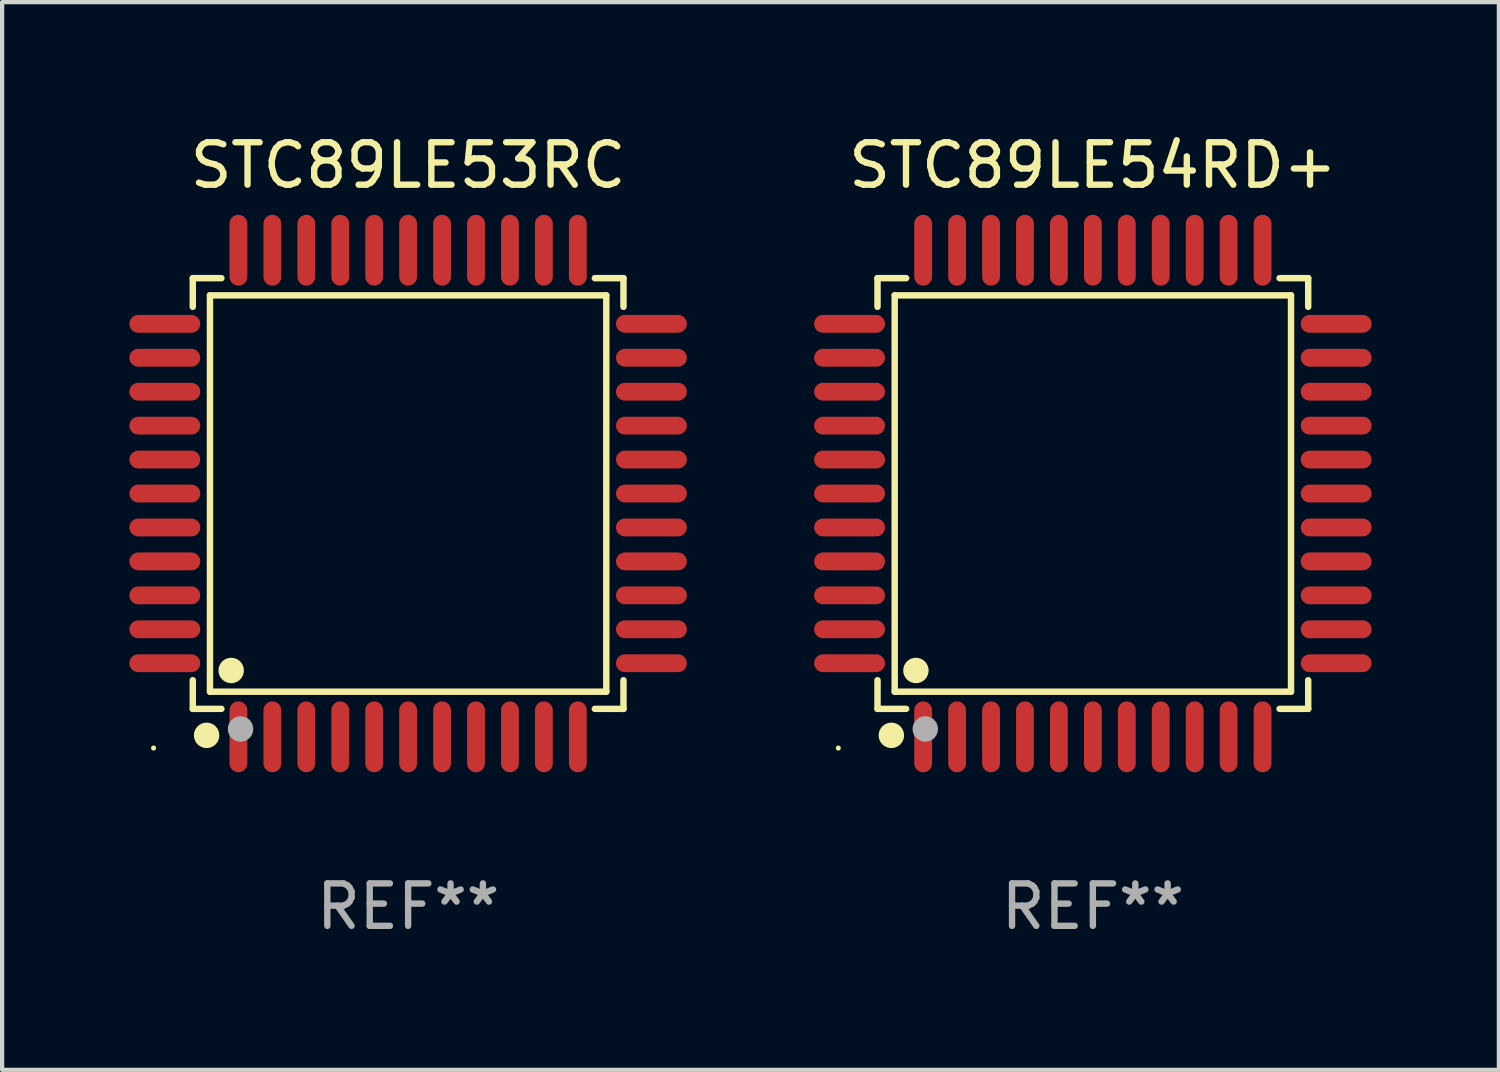
<source format=kicad_pcb>
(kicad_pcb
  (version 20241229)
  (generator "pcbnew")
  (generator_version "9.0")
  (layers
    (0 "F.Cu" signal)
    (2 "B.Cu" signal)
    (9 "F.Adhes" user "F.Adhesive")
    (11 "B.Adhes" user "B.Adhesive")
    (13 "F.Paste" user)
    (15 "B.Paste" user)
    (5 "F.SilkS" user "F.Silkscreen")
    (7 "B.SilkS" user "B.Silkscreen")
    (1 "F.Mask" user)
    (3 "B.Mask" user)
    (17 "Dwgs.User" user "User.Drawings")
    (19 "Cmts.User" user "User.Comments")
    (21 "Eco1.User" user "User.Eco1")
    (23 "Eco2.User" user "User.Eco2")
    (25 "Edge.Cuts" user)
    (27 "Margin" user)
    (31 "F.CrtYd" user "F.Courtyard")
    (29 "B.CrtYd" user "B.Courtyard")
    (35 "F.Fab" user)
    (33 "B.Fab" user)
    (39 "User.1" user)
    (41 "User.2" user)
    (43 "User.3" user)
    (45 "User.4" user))
  (footprint "STC89LE54RD+"
    (layer "F.Cu")
    (at 22.71 8.583)
    (property "Reference" "STC89LE54RD+" (at 0 -7.735 0) (layer "F.SilkS") (effects (font (size 1 1) (thickness 0.15))))
    (attr through_hole)
    (fp_line (start -5.076 -5.076) (end -4.401 -5.076) (stroke (width 0.152) (type solid)) (layer "F.SilkS"))
    (fp_line (start -5.076 -4.401) (end -5.076 -5.076) (stroke (width 0.152) (type solid)) (layer "F.SilkS"))
    (fp_line (start -5.076 4.401) (end -5.076 5.076) (stroke (width 0.152) (type solid)) (layer "F.SilkS"))
    (fp_line (start -5.076 5.076) (end -4.401 5.076) (stroke (width 0.152) (type solid)) (layer "F.SilkS"))
    (fp_line (start -4.671 -4.671) (end 4.671 -4.671) (stroke (width 0.152) (type solid)) (layer "F.SilkS"))
    (fp_line (start -4.671 4.671) (end -4.671 -4.671) (stroke (width 0.152) (type solid)) (layer "F.SilkS"))
    (fp_line (start 4.671 -4.671) (end 4.671 4.671) (stroke (width 0.152) (type solid)) (layer "F.SilkS"))
    (fp_line (start 4.671 4.671) (end -4.671 4.671) (stroke (width 0.152) (type solid)) (layer "F.SilkS"))
    (fp_line (start 5.076 -5.076) (end 4.401 -5.076) (stroke (width 0.152) (type solid)) (layer "F.SilkS"))
    (fp_line (start 5.076 -4.401) (end 5.076 -5.076) (stroke (width 0.152) (type solid)) (layer "F.SilkS"))
    (fp_line (start 5.076 4.401) (end 5.076 5.076) (stroke (width 0.152) (type solid)) (layer "F.SilkS"))
    (fp_line (start 5.076 5.076) (end 4.401 5.076) (stroke (width 0.152) (type solid)) (layer "F.SilkS"))
    (fp_circle (center -6 6) (end -5.97 6) (stroke (width 0.06) (type solid)) (fill no) (layer "F.SilkS"))
    (fp_circle (center -4.75 5.7) (end -4.6 5.7) (stroke (width 0.3) (type solid)) (fill no) (layer "F.SilkS"))
    (fp_circle (center -4.171 4.171) (end -4.021 4.171) (stroke (width 0.3) (type solid)) (fill no) (layer "F.SilkS"))
    (fp_circle (center -3.95 5.55) (end -3.8 5.55) (stroke (width 0.3) (type solid)) (fill no) (layer "F.Fab"))
    (fp_text user "REF**" (at 0 9.735 0) (layer "F.Fab") (effects (font (size 1 1) (thickness 0.15))))
    (pad "1" smd oval (at -4 5.735) (size 0.42 1.67) (layers "F.Cu" "F.Mask" "F.Paste"))
    (pad "2" smd oval (at -3.2 5.735) (size 0.42 1.67) (layers "F.Cu" "F.Mask" "F.Paste"))
    (pad "3" smd oval (at -2.4 5.735) (size 0.42 1.67) (layers "F.Cu" "F.Mask" "F.Paste"))
    (pad "4" smd oval (at -1.6 5.735) (size 0.42 1.67) (layers "F.Cu" "F.Mask" "F.Paste"))
    (pad "5" smd oval (at -0.8 5.735) (size 0.42 1.67) (layers "F.Cu" "F.Mask" "F.Paste"))
    (pad "6" smd oval (at 0 5.735) (size 0.42 1.67) (layers "F.Cu" "F.Mask" "F.Paste"))
    (pad "7" smd oval (at 0.8 5.735) (size 0.42 1.67) (layers "F.Cu" "F.Mask" "F.Paste"))
    (pad "8" smd oval (at 1.6 5.735) (size 0.42 1.67) (layers "F.Cu" "F.Mask" "F.Paste"))
    (pad "9" smd oval (at 2.4 5.735) (size 0.42 1.67) (layers "F.Cu" "F.Mask" "F.Paste"))
    (pad "10" smd oval (at 3.2 5.735) (size 0.42 1.67) (layers "F.Cu" "F.Mask" "F.Paste"))
    (pad "11" smd oval (at 4 5.735) (size 0.42 1.67) (layers "F.Cu" "F.Mask" "F.Paste"))
    (pad "12" smd oval (at 5.735 4) (size 1.67 0.42) (layers "F.Cu" "F.Mask" "F.Paste"))
    (pad "13" smd oval (at 5.735 3.2) (size 1.67 0.42) (layers "F.Cu" "F.Mask" "F.Paste"))
    (pad "14" smd oval (at 5.735 2.4) (size 1.67 0.42) (layers "F.Cu" "F.Mask" "F.Paste"))
    (pad "15" smd oval (at 5.735 1.6) (size 1.67 0.42) (layers "F.Cu" "F.Mask" "F.Paste"))
    (pad "16" smd oval (at 5.735 0.8) (size 1.67 0.42) (layers "F.Cu" "F.Mask" "F.Paste"))
    (pad "17" smd oval (at 5.735 0) (size 1.67 0.42) (layers "F.Cu" "F.Mask" "F.Paste"))
    (pad "18" smd oval (at 5.735 -0.8) (size 1.67 0.42) (layers "F.Cu" "F.Mask" "F.Paste"))
    (pad "19" smd oval (at 5.735 -1.6) (size 1.67 0.42) (layers "F.Cu" "F.Mask" "F.Paste"))
    (pad "20" smd oval (at 5.735 -2.4) (size 1.67 0.42) (layers "F.Cu" "F.Mask" "F.Paste"))
    (pad "21" smd oval (at 5.735 -3.2) (size 1.67 0.42) (layers "F.Cu" "F.Mask" "F.Paste"))
    (pad "22" smd oval (at 5.735 -4) (size 1.67 0.42) (layers "F.Cu" "F.Mask" "F.Paste"))
    (pad "23" smd oval (at 4 -5.735) (size 0.42 1.67) (layers "F.Cu" "F.Mask" "F.Paste"))
    (pad "24" smd oval (at 3.2 -5.735) (size 0.42 1.67) (layers "F.Cu" "F.Mask" "F.Paste"))
    (pad "25" smd oval (at 2.4 -5.735) (size 0.42 1.67) (layers "F.Cu" "F.Mask" "F.Paste"))
    (pad "26" smd oval (at 1.6 -5.735) (size 0.42 1.67) (layers "F.Cu" "F.Mask" "F.Paste"))
    (pad "27" smd oval (at 0.8 -5.735) (size 0.42 1.67) (layers "F.Cu" "F.Mask" "F.Paste"))
    (pad "28" smd oval (at 0 -5.735) (size 0.42 1.67) (layers "F.Cu" "F.Mask" "F.Paste"))
    (pad "29" smd oval (at -0.8 -5.735) (size 0.42 1.67) (layers "F.Cu" "F.Mask" "F.Paste"))
    (pad "30" smd oval (at -1.6 -5.735) (size 0.42 1.67) (layers "F.Cu" "F.Mask" "F.Paste"))
    (pad "31" smd oval (at -2.4 -5.735) (size 0.42 1.67) (layers "F.Cu" "F.Mask" "F.Paste"))
    (pad "32" smd oval (at -3.2 -5.735) (size 0.42 1.67) (layers "F.Cu" "F.Mask" "F.Paste"))
    (pad "33" smd oval (at -4 -5.735) (size 0.42 1.67) (layers "F.Cu" "F.Mask" "F.Paste"))
    (pad "34" smd oval (at -5.735 -4) (size 1.67 0.42) (layers "F.Cu" "F.Mask" "F.Paste"))
    (pad "35" smd oval (at -5.735 -3.2) (size 1.67 0.42) (layers "F.Cu" "F.Mask" "F.Paste"))
    (pad "36" smd oval (at -5.735 -2.4) (size 1.67 0.42) (layers "F.Cu" "F.Mask" "F.Paste"))
    (pad "37" smd oval (at -5.735 -1.6) (size 1.67 0.42) (layers "F.Cu" "F.Mask" "F.Paste"))
    (pad "38" smd oval (at -5.735 -0.8) (size 1.67 0.42) (layers "F.Cu" "F.Mask" "F.Paste"))
    (pad "39" smd oval (at -5.735 0) (size 1.67 0.42) (layers "F.Cu" "F.Mask" "F.Paste"))
    (pad "40" smd oval (at -5.735 0.8) (size 1.67 0.42) (layers "F.Cu" "F.Mask" "F.Paste"))
    (pad "41" smd oval (at -5.735 1.6) (size 1.67 0.42) (layers "F.Cu" "F.Mask" "F.Paste"))
    (pad "42" smd oval (at -5.735 2.4) (size 1.67 0.42) (layers "F.Cu" "F.Mask" "F.Paste"))
    (pad "43" smd oval (at -5.735 3.2) (size 1.67 0.42) (layers "F.Cu" "F.Mask" "F.Paste"))
    (pad "44" smd oval (at -5.735 4) (size 1.67 0.42) (layers "F.Cu" "F.Mask" "F.Paste")))
  (footprint "STC89LE53RC"
    (layer "F.Cu")
    (at 6.57 8.583)
    (property "Reference" "STC89LE53RC" (at 0 -7.735 0) (layer "F.SilkS") (effects (font (size 1 1) (thickness 0.15))))
    (attr through_hole)
    (fp_line (start -5.076 -5.076) (end -4.401 -5.076) (stroke (width 0.152) (type solid)) (layer "F.SilkS"))
    (fp_line (start -5.076 -4.401) (end -5.076 -5.076) (stroke (width 0.152) (type solid)) (layer "F.SilkS"))
    (fp_line (start -5.076 4.401) (end -5.076 5.076) (stroke (width 0.152) (type solid)) (layer "F.SilkS"))
    (fp_line (start -5.076 5.076) (end -4.401 5.076) (stroke (width 0.152) (type solid)) (layer "F.SilkS"))
    (fp_line (start -4.671 -4.671) (end 4.671 -4.671) (stroke (width 0.152) (type solid)) (layer "F.SilkS"))
    (fp_line (start -4.671 4.671) (end -4.671 -4.671) (stroke (width 0.152) (type solid)) (layer "F.SilkS"))
    (fp_line (start 4.671 -4.671) (end 4.671 4.671) (stroke (width 0.152) (type solid)) (layer "F.SilkS"))
    (fp_line (start 4.671 4.671) (end -4.671 4.671) (stroke (width 0.152) (type solid)) (layer "F.SilkS"))
    (fp_line (start 5.076 -5.076) (end 4.401 -5.076) (stroke (width 0.152) (type solid)) (layer "F.SilkS"))
    (fp_line (start 5.076 -4.401) (end 5.076 -5.076) (stroke (width 0.152) (type solid)) (layer "F.SilkS"))
    (fp_line (start 5.076 4.401) (end 5.076 5.076) (stroke (width 0.152) (type solid)) (layer "F.SilkS"))
    (fp_line (start 5.076 5.076) (end 4.401 5.076) (stroke (width 0.152) (type solid)) (layer "F.SilkS"))
    (fp_circle (center -6 6) (end -5.97 6) (stroke (width 0.06) (type solid)) (fill no) (layer "F.SilkS"))
    (fp_circle (center -4.75 5.7) (end -4.6 5.7) (stroke (width 0.3) (type solid)) (fill no) (layer "F.SilkS"))
    (fp_circle (center -4.171 4.171) (end -4.021 4.171) (stroke (width 0.3) (type solid)) (fill no) (layer "F.SilkS"))
    (fp_circle (center -3.95 5.55) (end -3.8 5.55) (stroke (width 0.3) (type solid)) (fill no) (layer "F.Fab"))
    (fp_text user "REF**" (at 0 9.735 0) (layer "F.Fab") (effects (font (size 1 1) (thickness 0.15))))
    (pad "1" smd oval (at -4 5.735) (size 0.42 1.67) (layers "F.Cu" "F.Mask" "F.Paste"))
    (pad "2" smd oval (at -3.2 5.735) (size 0.42 1.67) (layers "F.Cu" "F.Mask" "F.Paste"))
    (pad "3" smd oval (at -2.4 5.735) (size 0.42 1.67) (layers "F.Cu" "F.Mask" "F.Paste"))
    (pad "4" smd oval (at -1.6 5.735) (size 0.42 1.67) (layers "F.Cu" "F.Mask" "F.Paste"))
    (pad "5" smd oval (at -0.8 5.735) (size 0.42 1.67) (layers "F.Cu" "F.Mask" "F.Paste"))
    (pad "6" smd oval (at 0 5.735) (size 0.42 1.67) (layers "F.Cu" "F.Mask" "F.Paste"))
    (pad "7" smd oval (at 0.8 5.735) (size 0.42 1.67) (layers "F.Cu" "F.Mask" "F.Paste"))
    (pad "8" smd oval (at 1.6 5.735) (size 0.42 1.67) (layers "F.Cu" "F.Mask" "F.Paste"))
    (pad "9" smd oval (at 2.4 5.735) (size 0.42 1.67) (layers "F.Cu" "F.Mask" "F.Paste"))
    (pad "10" smd oval (at 3.2 5.735) (size 0.42 1.67) (layers "F.Cu" "F.Mask" "F.Paste"))
    (pad "11" smd oval (at 4 5.735) (size 0.42 1.67) (layers "F.Cu" "F.Mask" "F.Paste"))
    (pad "12" smd oval (at 5.735 4) (size 1.67 0.42) (layers "F.Cu" "F.Mask" "F.Paste"))
    (pad "13" smd oval (at 5.735 3.2) (size 1.67 0.42) (layers "F.Cu" "F.Mask" "F.Paste"))
    (pad "14" smd oval (at 5.735 2.4) (size 1.67 0.42) (layers "F.Cu" "F.Mask" "F.Paste"))
    (pad "15" smd oval (at 5.735 1.6) (size 1.67 0.42) (layers "F.Cu" "F.Mask" "F.Paste"))
    (pad "16" smd oval (at 5.735 0.8) (size 1.67 0.42) (layers "F.Cu" "F.Mask" "F.Paste"))
    (pad "17" smd oval (at 5.735 0) (size 1.67 0.42) (layers "F.Cu" "F.Mask" "F.Paste"))
    (pad "18" smd oval (at 5.735 -0.8) (size 1.67 0.42) (layers "F.Cu" "F.Mask" "F.Paste"))
    (pad "19" smd oval (at 5.735 -1.6) (size 1.67 0.42) (layers "F.Cu" "F.Mask" "F.Paste"))
    (pad "20" smd oval (at 5.735 -2.4) (size 1.67 0.42) (layers "F.Cu" "F.Mask" "F.Paste"))
    (pad "21" smd oval (at 5.735 -3.2) (size 1.67 0.42) (layers "F.Cu" "F.Mask" "F.Paste"))
    (pad "22" smd oval (at 5.735 -4) (size 1.67 0.42) (layers "F.Cu" "F.Mask" "F.Paste"))
    (pad "23" smd oval (at 4 -5.735) (size 0.42 1.67) (layers "F.Cu" "F.Mask" "F.Paste"))
    (pad "24" smd oval (at 3.2 -5.735) (size 0.42 1.67) (layers "F.Cu" "F.Mask" "F.Paste"))
    (pad "25" smd oval (at 2.4 -5.735) (size 0.42 1.67) (layers "F.Cu" "F.Mask" "F.Paste"))
    (pad "26" smd oval (at 1.6 -5.735) (size 0.42 1.67) (layers "F.Cu" "F.Mask" "F.Paste"))
    (pad "27" smd oval (at 0.8 -5.735) (size 0.42 1.67) (layers "F.Cu" "F.Mask" "F.Paste"))
    (pad "28" smd oval (at 0 -5.735) (size 0.42 1.67) (layers "F.Cu" "F.Mask" "F.Paste"))
    (pad "29" smd oval (at -0.8 -5.735) (size 0.42 1.67) (layers "F.Cu" "F.Mask" "F.Paste"))
    (pad "30" smd oval (at -1.6 -5.735) (size 0.42 1.67) (layers "F.Cu" "F.Mask" "F.Paste"))
    (pad "31" smd oval (at -2.4 -5.735) (size 0.42 1.67) (layers "F.Cu" "F.Mask" "F.Paste"))
    (pad "32" smd oval (at -3.2 -5.735) (size 0.42 1.67) (layers "F.Cu" "F.Mask" "F.Paste"))
    (pad "33" smd oval (at -4 -5.735) (size 0.42 1.67) (layers "F.Cu" "F.Mask" "F.Paste"))
    (pad "34" smd oval (at -5.735 -4) (size 1.67 0.42) (layers "F.Cu" "F.Mask" "F.Paste"))
    (pad "35" smd oval (at -5.735 -3.2) (size 1.67 0.42) (layers "F.Cu" "F.Mask" "F.Paste"))
    (pad "36" smd oval (at -5.735 -2.4) (size 1.67 0.42) (layers "F.Cu" "F.Mask" "F.Paste"))
    (pad "37" smd oval (at -5.735 -1.6) (size 1.67 0.42) (layers "F.Cu" "F.Mask" "F.Paste"))
    (pad "38" smd oval (at -5.735 -0.8) (size 1.67 0.42) (layers "F.Cu" "F.Mask" "F.Paste"))
    (pad "39" smd oval (at -5.735 0) (size 1.67 0.42) (layers "F.Cu" "F.Mask" "F.Paste"))
    (pad "40" smd oval (at -5.735 0.8) (size 1.67 0.42) (layers "F.Cu" "F.Mask" "F.Paste"))
    (pad "41" smd oval (at -5.735 1.6) (size 1.67 0.42) (layers "F.Cu" "F.Mask" "F.Paste"))
    (pad "42" smd oval (at -5.735 2.4) (size 1.67 0.42) (layers "F.Cu" "F.Mask" "F.Paste"))
    (pad "43" smd oval (at -5.735 3.2) (size 1.67 0.42) (layers "F.Cu" "F.Mask" "F.Paste"))
    (pad "44" smd oval (at -5.735 4) (size 1.67 0.42) (layers "F.Cu" "F.Mask" "F.Paste")))
  (gr_rect
    (start -3 -3)
    (end 32.28 22.167)
    (stroke (width 0.1) (type default))
    (fill no)
    (layer "Edge.Cuts")))
</source>
